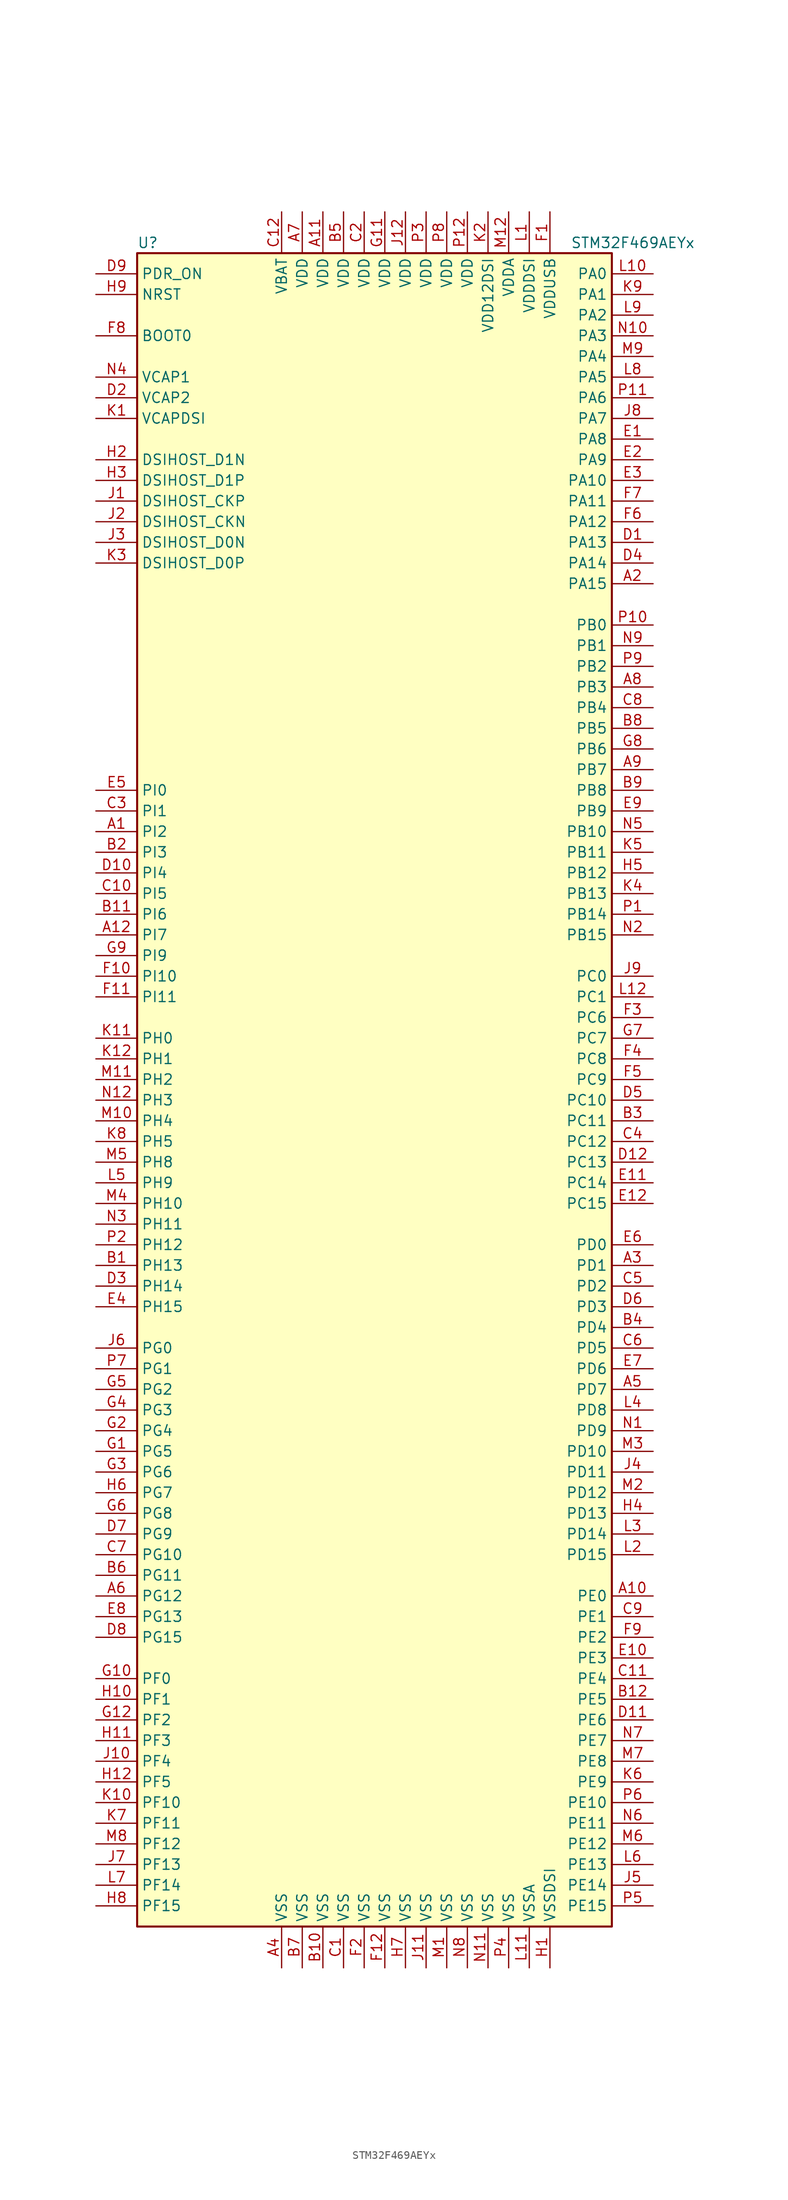
<source format=kicad_sym>
(kicad_symbol_lib
  (version 20201005)
  (generator kicad_symbol_editor)
  (symbol "MCU_ST_STM32F4:STM32F469AEYx"
    (property "Reference" "U"
      (at -30.48 102.87 0)
      (effects (font (size 1.27 1.27)) (justify left)))
    (property "Value" "STM32F469AEYx"
      (at 22.86 102.87 0)
      (effects (font (size 1.27 1.27)) (justify left)))
    (symbol "STM32F469AEYx_0_1"
      (rectangle (start -30.48 -104.14) (end 27.94 101.6) (stroke (width 0.254)) (fill (type background))))
    (symbol "STM32F469AEYx_1_1"
      (pin input line (at -35.56 91.44 0) (length 5.08) (name "BOOT0" (effects (font (size 1.27 1.27)))) (number "F8" (effects (font (size 1.27 1.27)))))
      (pin bidirectional line (at -35.56 68.58 0) (length 5.08) (name "DSIHOST_CKN" (effects (font (size 1.27 1.27)))) (number "J2" (effects (font (size 1.27 1.27)))))
      (pin bidirectional line (at -35.56 71.12 0) (length 5.08) (name "DSIHOST_CKP" (effects (font (size 1.27 1.27)))) (number "J1" (effects (font (size 1.27 1.27)))))
      (pin bidirectional line (at -35.56 66.04 0) (length 5.08) (name "DSIHOST_D0N" (effects (font (size 1.27 1.27)))) (number "J3" (effects (font (size 1.27 1.27)))))
      (pin bidirectional line (at -35.56 63.5 0) (length 5.08) (name "DSIHOST_D0P" (effects (font (size 1.27 1.27)))) (number "K3" (effects (font (size 1.27 1.27)))))
      (pin bidirectional line (at -35.56 76.2 0) (length 5.08) (name "DSIHOST_D1N" (effects (font (size 1.27 1.27)))) (number "H2" (effects (font (size 1.27 1.27)))))
      (pin bidirectional line (at -35.56 73.66 0) (length 5.08) (name "DSIHOST_D1P" (effects (font (size 1.27 1.27)))) (number "H3" (effects (font (size 1.27 1.27)))))
      (pin input line (at -35.56 96.52 0) (length 5.08) (name "NRST" (effects (font (size 1.27 1.27)))) (number "H9" (effects (font (size 1.27 1.27)))))
      (pin bidirectional line (at 33.02 99.06 180) (length 5.08) (name "PA0" (effects (font (size 1.27 1.27)))) (number "L10" (effects (font (size 1.27 1.27)))))
      (pin bidirectional line (at 33.02 96.52 180) (length 5.08) (name "PA1" (effects (font (size 1.27 1.27)))) (number "K9" (effects (font (size 1.27 1.27)))))
      (pin bidirectional line (at 33.02 73.66 180) (length 5.08) (name "PA10" (effects (font (size 1.27 1.27)))) (number "E3" (effects (font (size 1.27 1.27)))))
      (pin bidirectional line (at 33.02 71.12 180) (length 5.08) (name "PA11" (effects (font (size 1.27 1.27)))) (number "F7" (effects (font (size 1.27 1.27)))))
      (pin bidirectional line (at 33.02 68.58 180) (length 5.08) (name "PA12" (effects (font (size 1.27 1.27)))) (number "F6" (effects (font (size 1.27 1.27)))))
      (pin bidirectional line (at 33.02 66.04 180) (length 5.08) (name "PA13" (effects (font (size 1.27 1.27)))) (number "D1" (effects (font (size 1.27 1.27)))))
      (pin bidirectional line (at 33.02 63.5 180) (length 5.08) (name "PA14" (effects (font (size 1.27 1.27)))) (number "D4" (effects (font (size 1.27 1.27)))))
      (pin bidirectional line (at 33.02 60.96 180) (length 5.08) (name "PA15" (effects (font (size 1.27 1.27)))) (number "A2" (effects (font (size 1.27 1.27)))))
      (pin bidirectional line (at 33.02 93.98 180) (length 5.08) (name "PA2" (effects (font (size 1.27 1.27)))) (number "L9" (effects (font (size 1.27 1.27)))))
      (pin bidirectional line (at 33.02 91.44 180) (length 5.08) (name "PA3" (effects (font (size 1.27 1.27)))) (number "N10" (effects (font (size 1.27 1.27)))))
      (pin bidirectional line (at 33.02 88.9 180) (length 5.08) (name "PA4" (effects (font (size 1.27 1.27)))) (number "M9" (effects (font (size 1.27 1.27)))))
      (pin bidirectional line (at 33.02 86.36 180) (length 5.08) (name "PA5" (effects (font (size 1.27 1.27)))) (number "L8" (effects (font (size 1.27 1.27)))))
      (pin bidirectional line (at 33.02 83.82 180) (length 5.08) (name "PA6" (effects (font (size 1.27 1.27)))) (number "P11" (effects (font (size 1.27 1.27)))))
      (pin bidirectional line (at 33.02 81.28 180) (length 5.08) (name "PA7" (effects (font (size 1.27 1.27)))) (number "J8" (effects (font (size 1.27 1.27)))))
      (pin bidirectional line (at 33.02 78.74 180) (length 5.08) (name "PA8" (effects (font (size 1.27 1.27)))) (number "E1" (effects (font (size 1.27 1.27)))))
      (pin bidirectional line (at 33.02 76.2 180) (length 5.08) (name "PA9" (effects (font (size 1.27 1.27)))) (number "E2" (effects (font (size 1.27 1.27)))))
      (pin bidirectional line (at 33.02 55.88 180) (length 5.08) (name "PB0" (effects (font (size 1.27 1.27)))) (number "P10" (effects (font (size 1.27 1.27)))))
      (pin bidirectional line (at 33.02 53.34 180) (length 5.08) (name "PB1" (effects (font (size 1.27 1.27)))) (number "N9" (effects (font (size 1.27 1.27)))))
      (pin bidirectional line (at 33.02 30.48 180) (length 5.08) (name "PB10" (effects (font (size 1.27 1.27)))) (number "N5" (effects (font (size 1.27 1.27)))))
      (pin bidirectional line (at 33.02 27.94 180) (length 5.08) (name "PB11" (effects (font (size 1.27 1.27)))) (number "K5" (effects (font (size 1.27 1.27)))))
      (pin bidirectional line (at 33.02 25.4 180) (length 5.08) (name "PB12" (effects (font (size 1.27 1.27)))) (number "H5" (effects (font (size 1.27 1.27)))))
      (pin bidirectional line (at 33.02 22.86 180) (length 5.08) (name "PB13" (effects (font (size 1.27 1.27)))) (number "K4" (effects (font (size 1.27 1.27)))))
      (pin bidirectional line (at 33.02 20.32 180) (length 5.08) (name "PB14" (effects (font (size 1.27 1.27)))) (number "P1" (effects (font (size 1.27 1.27)))))
      (pin bidirectional line (at 33.02 17.78 180) (length 5.08) (name "PB15" (effects (font (size 1.27 1.27)))) (number "N2" (effects (font (size 1.27 1.27)))))
      (pin bidirectional line (at 33.02 50.8 180) (length 5.08) (name "PB2" (effects (font (size 1.27 1.27)))) (number "P9" (effects (font (size 1.27 1.27)))))
      (pin bidirectional line (at 33.02 48.26 180) (length 5.08) (name "PB3" (effects (font (size 1.27 1.27)))) (number "A8" (effects (font (size 1.27 1.27)))))
      (pin bidirectional line (at 33.02 45.72 180) (length 5.08) (name "PB4" (effects (font (size 1.27 1.27)))) (number "C8" (effects (font (size 1.27 1.27)))))
      (pin bidirectional line (at 33.02 43.18 180) (length 5.08) (name "PB5" (effects (font (size 1.27 1.27)))) (number "B8" (effects (font (size 1.27 1.27)))))
      (pin bidirectional line (at 33.02 40.64 180) (length 5.08) (name "PB6" (effects (font (size 1.27 1.27)))) (number "G8" (effects (font (size 1.27 1.27)))))
      (pin bidirectional line (at 33.02 38.1 180) (length 5.08) (name "PB7" (effects (font (size 1.27 1.27)))) (number "A9" (effects (font (size 1.27 1.27)))))
      (pin bidirectional line (at 33.02 35.56 180) (length 5.08) (name "PB8" (effects (font (size 1.27 1.27)))) (number "B9" (effects (font (size 1.27 1.27)))))
      (pin bidirectional line (at 33.02 33.02 180) (length 5.08) (name "PB9" (effects (font (size 1.27 1.27)))) (number "E9" (effects (font (size 1.27 1.27)))))
      (pin bidirectional line (at 33.02 12.7 180) (length 5.08) (name "PC0" (effects (font (size 1.27 1.27)))) (number "J9" (effects (font (size 1.27 1.27)))))
      (pin bidirectional line (at 33.02 10.16 180) (length 5.08) (name "PC1" (effects (font (size 1.27 1.27)))) (number "L12" (effects (font (size 1.27 1.27)))))
      (pin bidirectional line (at 33.02 -2.54 180) (length 5.08) (name "PC10" (effects (font (size 1.27 1.27)))) (number "D5" (effects (font (size 1.27 1.27)))))
      (pin bidirectional line (at 33.02 -5.08 180) (length 5.08) (name "PC11" (effects (font (size 1.27 1.27)))) (number "B3" (effects (font (size 1.27 1.27)))))
      (pin bidirectional line (at 33.02 -7.62 180) (length 5.08) (name "PC12" (effects (font (size 1.27 1.27)))) (number "C4" (effects (font (size 1.27 1.27)))))
      (pin bidirectional line (at 33.02 -10.16 180) (length 5.08) (name "PC13" (effects (font (size 1.27 1.27)))) (number "D12" (effects (font (size 1.27 1.27)))))
      (pin bidirectional line (at 33.02 -12.7 180) (length 5.08) (name "PC14" (effects (font (size 1.27 1.27)))) (number "E11" (effects (font (size 1.27 1.27)))))
      (pin bidirectional line (at 33.02 -15.24 180) (length 5.08) (name "PC15" (effects (font (size 1.27 1.27)))) (number "E12" (effects (font (size 1.27 1.27)))))
      (pin bidirectional line (at 33.02 7.62 180) (length 5.08) (name "PC6" (effects (font (size 1.27 1.27)))) (number "F3" (effects (font (size 1.27 1.27)))))
      (pin bidirectional line (at 33.02 5.08 180) (length 5.08) (name "PC7" (effects (font (size 1.27 1.27)))) (number "G7" (effects (font (size 1.27 1.27)))))
      (pin bidirectional line (at 33.02 2.54 180) (length 5.08) (name "PC8" (effects (font (size 1.27 1.27)))) (number "F4" (effects (font (size 1.27 1.27)))))
      (pin bidirectional line (at 33.02 0 180) (length 5.08) (name "PC9" (effects (font (size 1.27 1.27)))) (number "F5" (effects (font (size 1.27 1.27)))))
      (pin bidirectional line (at 33.02 -20.32 180) (length 5.08) (name "PD0" (effects (font (size 1.27 1.27)))) (number "E6" (effects (font (size 1.27 1.27)))))
      (pin bidirectional line (at 33.02 -22.86 180) (length 5.08) (name "PD1" (effects (font (size 1.27 1.27)))) (number "A3" (effects (font (size 1.27 1.27)))))
      (pin bidirectional line (at 33.02 -45.72 180) (length 5.08) (name "PD10" (effects (font (size 1.27 1.27)))) (number "M3" (effects (font (size 1.27 1.27)))))
      (pin bidirectional line (at 33.02 -48.26 180) (length 5.08) (name "PD11" (effects (font (size 1.27 1.27)))) (number "J4" (effects (font (size 1.27 1.27)))))
      (pin bidirectional line (at 33.02 -50.8 180) (length 5.08) (name "PD12" (effects (font (size 1.27 1.27)))) (number "M2" (effects (font (size 1.27 1.27)))))
      (pin bidirectional line (at 33.02 -53.34 180) (length 5.08) (name "PD13" (effects (font (size 1.27 1.27)))) (number "H4" (effects (font (size 1.27 1.27)))))
      (pin bidirectional line (at 33.02 -55.88 180) (length 5.08) (name "PD14" (effects (font (size 1.27 1.27)))) (number "L3" (effects (font (size 1.27 1.27)))))
      (pin bidirectional line (at 33.02 -58.42 180) (length 5.08) (name "PD15" (effects (font (size 1.27 1.27)))) (number "L2" (effects (font (size 1.27 1.27)))))
      (pin bidirectional line (at 33.02 -25.4 180) (length 5.08) (name "PD2" (effects (font (size 1.27 1.27)))) (number "C5" (effects (font (size 1.27 1.27)))))
      (pin bidirectional line (at 33.02 -27.94 180) (length 5.08) (name "PD3" (effects (font (size 1.27 1.27)))) (number "D6" (effects (font (size 1.27 1.27)))))
      (pin bidirectional line (at 33.02 -30.48 180) (length 5.08) (name "PD4" (effects (font (size 1.27 1.27)))) (number "B4" (effects (font (size 1.27 1.27)))))
      (pin bidirectional line (at 33.02 -33.02 180) (length 5.08) (name "PD5" (effects (font (size 1.27 1.27)))) (number "C6" (effects (font (size 1.27 1.27)))))
      (pin bidirectional line (at 33.02 -35.56 180) (length 5.08) (name "PD6" (effects (font (size 1.27 1.27)))) (number "E7" (effects (font (size 1.27 1.27)))))
      (pin bidirectional line (at 33.02 -38.1 180) (length 5.08) (name "PD7" (effects (font (size 1.27 1.27)))) (number "A5" (effects (font (size 1.27 1.27)))))
      (pin bidirectional line (at 33.02 -40.64 180) (length 5.08) (name "PD8" (effects (font (size 1.27 1.27)))) (number "L4" (effects (font (size 1.27 1.27)))))
      (pin bidirectional line (at 33.02 -43.18 180) (length 5.08) (name "PD9" (effects (font (size 1.27 1.27)))) (number "N1" (effects (font (size 1.27 1.27)))))
      (pin input line (at -35.56 99.06 0) (length 5.08) (name "PDR_ON" (effects (font (size 1.27 1.27)))) (number "D9" (effects (font (size 1.27 1.27)))))
      (pin bidirectional line (at 33.02 -63.5 180) (length 5.08) (name "PE0" (effects (font (size 1.27 1.27)))) (number "A10" (effects (font (size 1.27 1.27)))))
      (pin bidirectional line (at 33.02 -66.04 180) (length 5.08) (name "PE1" (effects (font (size 1.27 1.27)))) (number "C9" (effects (font (size 1.27 1.27)))))
      (pin bidirectional line (at 33.02 -88.9 180) (length 5.08) (name "PE10" (effects (font (size 1.27 1.27)))) (number "P6" (effects (font (size 1.27 1.27)))))
      (pin bidirectional line (at 33.02 -91.44 180) (length 5.08) (name "PE11" (effects (font (size 1.27 1.27)))) (number "N6" (effects (font (size 1.27 1.27)))))
      (pin bidirectional line (at 33.02 -93.98 180) (length 5.08) (name "PE12" (effects (font (size 1.27 1.27)))) (number "M6" (effects (font (size 1.27 1.27)))))
      (pin bidirectional line (at 33.02 -96.52 180) (length 5.08) (name "PE13" (effects (font (size 1.27 1.27)))) (number "L6" (effects (font (size 1.27 1.27)))))
      (pin bidirectional line (at 33.02 -99.06 180) (length 5.08) (name "PE14" (effects (font (size 1.27 1.27)))) (number "J5" (effects (font (size 1.27 1.27)))))
      (pin bidirectional line (at 33.02 -101.6 180) (length 5.08) (name "PE15" (effects (font (size 1.27 1.27)))) (number "P5" (effects (font (size 1.27 1.27)))))
      (pin bidirectional line (at 33.02 -68.58 180) (length 5.08) (name "PE2" (effects (font (size 1.27 1.27)))) (number "F9" (effects (font (size 1.27 1.27)))))
      (pin bidirectional line (at 33.02 -71.12 180) (length 5.08) (name "PE3" (effects (font (size 1.27 1.27)))) (number "E10" (effects (font (size 1.27 1.27)))))
      (pin bidirectional line (at 33.02 -73.66 180) (length 5.08) (name "PE4" (effects (font (size 1.27 1.27)))) (number "C11" (effects (font (size 1.27 1.27)))))
      (pin bidirectional line (at 33.02 -76.2 180) (length 5.08) (name "PE5" (effects (font (size 1.27 1.27)))) (number "B12" (effects (font (size 1.27 1.27)))))
      (pin bidirectional line (at 33.02 -78.74 180) (length 5.08) (name "PE6" (effects (font (size 1.27 1.27)))) (number "D11" (effects (font (size 1.27 1.27)))))
      (pin bidirectional line (at 33.02 -81.28 180) (length 5.08) (name "PE7" (effects (font (size 1.27 1.27)))) (number "N7" (effects (font (size 1.27 1.27)))))
      (pin bidirectional line (at 33.02 -83.82 180) (length 5.08) (name "PE8" (effects (font (size 1.27 1.27)))) (number "M7" (effects (font (size 1.27 1.27)))))
      (pin bidirectional line (at 33.02 -86.36 180) (length 5.08) (name "PE9" (effects (font (size 1.27 1.27)))) (number "K6" (effects (font (size 1.27 1.27)))))
      (pin bidirectional line (at -35.56 -73.66 0) (length 5.08) (name "PF0" (effects (font (size 1.27 1.27)))) (number "G10" (effects (font (size 1.27 1.27)))))
      (pin bidirectional line (at -35.56 -76.2 0) (length 5.08) (name "PF1" (effects (font (size 1.27 1.27)))) (number "H10" (effects (font (size 1.27 1.27)))))
      (pin bidirectional line (at -35.56 -88.9 0) (length 5.08) (name "PF10" (effects (font (size 1.27 1.27)))) (number "K10" (effects (font (size 1.27 1.27)))))
      (pin bidirectional line (at -35.56 -91.44 0) (length 5.08) (name "PF11" (effects (font (size 1.27 1.27)))) (number "K7" (effects (font (size 1.27 1.27)))))
      (pin bidirectional line (at -35.56 -93.98 0) (length 5.08) (name "PF12" (effects (font (size 1.27 1.27)))) (number "M8" (effects (font (size 1.27 1.27)))))
      (pin bidirectional line (at -35.56 -96.52 0) (length 5.08) (name "PF13" (effects (font (size 1.27 1.27)))) (number "J7" (effects (font (size 1.27 1.27)))))
      (pin bidirectional line (at -35.56 -99.06 0) (length 5.08) (name "PF14" (effects (font (size 1.27 1.27)))) (number "L7" (effects (font (size 1.27 1.27)))))
      (pin bidirectional line (at -35.56 -101.6 0) (length 5.08) (name "PF15" (effects (font (size 1.27 1.27)))) (number "H8" (effects (font (size 1.27 1.27)))))
      (pin bidirectional line (at -35.56 -78.74 0) (length 5.08) (name "PF2" (effects (font (size 1.27 1.27)))) (number "G12" (effects (font (size 1.27 1.27)))))
      (pin bidirectional line (at -35.56 -81.28 0) (length 5.08) (name "PF3" (effects (font (size 1.27 1.27)))) (number "H11" (effects (font (size 1.27 1.27)))))
      (pin bidirectional line (at -35.56 -83.82 0) (length 5.08) (name "PF4" (effects (font (size 1.27 1.27)))) (number "J10" (effects (font (size 1.27 1.27)))))
      (pin bidirectional line (at -35.56 -86.36 0) (length 5.08) (name "PF5" (effects (font (size 1.27 1.27)))) (number "H12" (effects (font (size 1.27 1.27)))))
      (pin bidirectional line (at -35.56 -33.02 0) (length 5.08) (name "PG0" (effects (font (size 1.27 1.27)))) (number "J6" (effects (font (size 1.27 1.27)))))
      (pin bidirectional line (at -35.56 -35.56 0) (length 5.08) (name "PG1" (effects (font (size 1.27 1.27)))) (number "P7" (effects (font (size 1.27 1.27)))))
      (pin bidirectional line (at -35.56 -58.42 0) (length 5.08) (name "PG10" (effects (font (size 1.27 1.27)))) (number "C7" (effects (font (size 1.27 1.27)))))
      (pin bidirectional line (at -35.56 -60.96 0) (length 5.08) (name "PG11" (effects (font (size 1.27 1.27)))) (number "B6" (effects (font (size 1.27 1.27)))))
      (pin bidirectional line (at -35.56 -63.5 0) (length 5.08) (name "PG12" (effects (font (size 1.27 1.27)))) (number "A6" (effects (font (size 1.27 1.27)))))
      (pin bidirectional line (at -35.56 -66.04 0) (length 5.08) (name "PG13" (effects (font (size 1.27 1.27)))) (number "E8" (effects (font (size 1.27 1.27)))))
      (pin bidirectional line (at -35.56 -68.58 0) (length 5.08) (name "PG15" (effects (font (size 1.27 1.27)))) (number "D8" (effects (font (size 1.27 1.27)))))
      (pin bidirectional line (at -35.56 -38.1 0) (length 5.08) (name "PG2" (effects (font (size 1.27 1.27)))) (number "G5" (effects (font (size 1.27 1.27)))))
      (pin bidirectional line (at -35.56 -40.64 0) (length 5.08) (name "PG3" (effects (font (size 1.27 1.27)))) (number "G4" (effects (font (size 1.27 1.27)))))
      (pin bidirectional line (at -35.56 -43.18 0) (length 5.08) (name "PG4" (effects (font (size 1.27 1.27)))) (number "G2" (effects (font (size 1.27 1.27)))))
      (pin bidirectional line (at -35.56 -45.72 0) (length 5.08) (name "PG5" (effects (font (size 1.27 1.27)))) (number "G1" (effects (font (size 1.27 1.27)))))
      (pin bidirectional line (at -35.56 -48.26 0) (length 5.08) (name "PG6" (effects (font (size 1.27 1.27)))) (number "G3" (effects (font (size 1.27 1.27)))))
      (pin bidirectional line (at -35.56 -50.8 0) (length 5.08) (name "PG7" (effects (font (size 1.27 1.27)))) (number "H6" (effects (font (size 1.27 1.27)))))
      (pin bidirectional line (at -35.56 -53.34 0) (length 5.08) (name "PG8" (effects (font (size 1.27 1.27)))) (number "G6" (effects (font (size 1.27 1.27)))))
      (pin bidirectional line (at -35.56 -55.88 0) (length 5.08) (name "PG9" (effects (font (size 1.27 1.27)))) (number "D7" (effects (font (size 1.27 1.27)))))
      (pin input line (at -35.56 5.08 0) (length 5.08) (name "PH0" (effects (font (size 1.27 1.27)))) (number "K11" (effects (font (size 1.27 1.27)))))
      (pin input line (at -35.56 2.54 0) (length 5.08) (name "PH1" (effects (font (size 1.27 1.27)))) (number "K12" (effects (font (size 1.27 1.27)))))
      (pin bidirectional line (at -35.56 -15.24 0) (length 5.08) (name "PH10" (effects (font (size 1.27 1.27)))) (number "M4" (effects (font (size 1.27 1.27)))))
      (pin bidirectional line (at -35.56 -17.78 0) (length 5.08) (name "PH11" (effects (font (size 1.27 1.27)))) (number "N3" (effects (font (size 1.27 1.27)))))
      (pin bidirectional line (at -35.56 -20.32 0) (length 5.08) (name "PH12" (effects (font (size 1.27 1.27)))) (number "P2" (effects (font (size 1.27 1.27)))))
      (pin bidirectional line (at -35.56 -22.86 0) (length 5.08) (name "PH13" (effects (font (size 1.27 1.27)))) (number "B1" (effects (font (size 1.27 1.27)))))
      (pin bidirectional line (at -35.56 -25.4 0) (length 5.08) (name "PH14" (effects (font (size 1.27 1.27)))) (number "D3" (effects (font (size 1.27 1.27)))))
      (pin bidirectional line (at -35.56 -27.94 0) (length 5.08) (name "PH15" (effects (font (size 1.27 1.27)))) (number "E4" (effects (font (size 1.27 1.27)))))
      (pin bidirectional line (at -35.56 0 0) (length 5.08) (name "PH2" (effects (font (size 1.27 1.27)))) (number "M11" (effects (font (size 1.27 1.27)))))
      (pin bidirectional line (at -35.56 -2.54 0) (length 5.08) (name "PH3" (effects (font (size 1.27 1.27)))) (number "N12" (effects (font (size 1.27 1.27)))))
      (pin bidirectional line (at -35.56 -5.08 0) (length 5.08) (name "PH4" (effects (font (size 1.27 1.27)))) (number "M10" (effects (font (size 1.27 1.27)))))
      (pin bidirectional line (at -35.56 -7.62 0) (length 5.08) (name "PH5" (effects (font (size 1.27 1.27)))) (number "K8" (effects (font (size 1.27 1.27)))))
      (pin bidirectional line (at -35.56 -10.16 0) (length 5.08) (name "PH8" (effects (font (size 1.27 1.27)))) (number "M5" (effects (font (size 1.27 1.27)))))
      (pin bidirectional line (at -35.56 -12.7 0) (length 5.08) (name "PH9" (effects (font (size 1.27 1.27)))) (number "L5" (effects (font (size 1.27 1.27)))))
      (pin bidirectional line (at -35.56 35.56 0) (length 5.08) (name "PI0" (effects (font (size 1.27 1.27)))) (number "E5" (effects (font (size 1.27 1.27)))))
      (pin bidirectional line (at -35.56 33.02 0) (length 5.08) (name "PI1" (effects (font (size 1.27 1.27)))) (number "C3" (effects (font (size 1.27 1.27)))))
      (pin bidirectional line (at -35.56 12.7 0) (length 5.08) (name "PI10" (effects (font (size 1.27 1.27)))) (number "F10" (effects (font (size 1.27 1.27)))))
      (pin bidirectional line (at -35.56 10.16 0) (length 5.08) (name "PI11" (effects (font (size 1.27 1.27)))) (number "F11" (effects (font (size 1.27 1.27)))))
      (pin bidirectional line (at -35.56 30.48 0) (length 5.08) (name "PI2" (effects (font (size 1.27 1.27)))) (number "A1" (effects (font (size 1.27 1.27)))))
      (pin bidirectional line (at -35.56 27.94 0) (length 5.08) (name "PI3" (effects (font (size 1.27 1.27)))) (number "B2" (effects (font (size 1.27 1.27)))))
      (pin bidirectional line (at -35.56 25.4 0) (length 5.08) (name "PI4" (effects (font (size 1.27 1.27)))) (number "D10" (effects (font (size 1.27 1.27)))))
      (pin bidirectional line (at -35.56 22.86 0) (length 5.08) (name "PI5" (effects (font (size 1.27 1.27)))) (number "C10" (effects (font (size 1.27 1.27)))))
      (pin bidirectional line (at -35.56 20.32 0) (length 5.08) (name "PI6" (effects (font (size 1.27 1.27)))) (number "B11" (effects (font (size 1.27 1.27)))))
      (pin bidirectional line (at -35.56 17.78 0) (length 5.08) (name "PI7" (effects (font (size 1.27 1.27)))) (number "A12" (effects (font (size 1.27 1.27)))))
      (pin bidirectional line (at -35.56 15.24 0) (length 5.08) (name "PI9" (effects (font (size 1.27 1.27)))) (number "G9" (effects (font (size 1.27 1.27)))))
      (pin power_in line (at -12.7 106.68 270) (length 5.08) (name "VBAT" (effects (font (size 1.27 1.27)))) (number "C12" (effects (font (size 1.27 1.27)))))
      (pin power_in line (at -35.56 86.36 0) (length 5.08) (name "VCAP1" (effects (font (size 1.27 1.27)))) (number "N4" (effects (font (size 1.27 1.27)))))
      (pin power_in line (at -35.56 83.82 0) (length 5.08) (name "VCAP2" (effects (font (size 1.27 1.27)))) (number "D2" (effects (font (size 1.27 1.27)))))
      (pin power_in line (at -35.56 81.28 0) (length 5.08) (name "VCAPDSI" (effects (font (size 1.27 1.27)))) (number "K1" (effects (font (size 1.27 1.27)))))
      (pin power_in line (at -7.62 106.68 270) (length 5.08) (name "VDD" (effects (font (size 1.27 1.27)))) (number "A11" (effects (font (size 1.27 1.27)))))
      (pin power_in line (at -10.16 106.68 270) (length 5.08) (name "VDD" (effects (font (size 1.27 1.27)))) (number "A7" (effects (font (size 1.27 1.27)))))
      (pin power_in line (at -5.08 106.68 270) (length 5.08) (name "VDD" (effects (font (size 1.27 1.27)))) (number "B5" (effects (font (size 1.27 1.27)))))
      (pin power_in line (at -2.54 106.68 270) (length 5.08) (name "VDD" (effects (font (size 1.27 1.27)))) (number "C2" (effects (font (size 1.27 1.27)))))
      (pin power_in line (at 0 106.68 270) (length 5.08) (name "VDD" (effects (font (size 1.27 1.27)))) (number "G11" (effects (font (size 1.27 1.27)))))
      (pin power_in line (at 2.54 106.68 270) (length 5.08) (name "VDD" (effects (font (size 1.27 1.27)))) (number "J12" (effects (font (size 1.27 1.27)))))
      (pin power_in line (at 10.16 106.68 270) (length 5.08) (name "VDD" (effects (font (size 1.27 1.27)))) (number "P12" (effects (font (size 1.27 1.27)))))
      (pin power_in line (at 5.08 106.68 270) (length 5.08) (name "VDD" (effects (font (size 1.27 1.27)))) (number "P3" (effects (font (size 1.27 1.27)))))
      (pin power_in line (at 7.62 106.68 270) (length 5.08) (name "VDD" (effects (font (size 1.27 1.27)))) (number "P8" (effects (font (size 1.27 1.27)))))
      (pin power_in line (at 12.7 106.68 270) (length 5.08) (name "VDD12DSI" (effects (font (size 1.27 1.27)))) (number "K2" (effects (font (size 1.27 1.27)))))
      (pin power_in line (at 15.24 106.68 270) (length 5.08) (name "VDDA" (effects (font (size 1.27 1.27)))) (number "M12" (effects (font (size 1.27 1.27)))))
      (pin power_in line (at 17.78 106.68 270) (length 5.08) (name "VDDDSI" (effects (font (size 1.27 1.27)))) (number "L1" (effects (font (size 1.27 1.27)))))
      (pin power_in line (at 20.32 106.68 270) (length 5.08) (name "VDDUSB" (effects (font (size 1.27 1.27)))) (number "F1" (effects (font (size 1.27 1.27)))))
      (pin power_in line (at -12.7 -109.22 90) (length 5.08) (name "VSS" (effects (font (size 1.27 1.27)))) (number "A4" (effects (font (size 1.27 1.27)))))
      (pin power_in line (at -7.62 -109.22 90) (length 5.08) (name "VSS" (effects (font (size 1.27 1.27)))) (number "B10" (effects (font (size 1.27 1.27)))))
      (pin power_in line (at -10.16 -109.22 90) (length 5.08) (name "VSS" (effects (font (size 1.27 1.27)))) (number "B7" (effects (font (size 1.27 1.27)))))
      (pin power_in line (at -5.08 -109.22 90) (length 5.08) (name "VSS" (effects (font (size 1.27 1.27)))) (number "C1" (effects (font (size 1.27 1.27)))))
      (pin power_in line (at 0 -109.22 90) (length 5.08) (name "VSS" (effects (font (size 1.27 1.27)))) (number "F12" (effects (font (size 1.27 1.27)))))
      (pin power_in line (at -2.54 -109.22 90) (length 5.08) (name "VSS" (effects (font (size 1.27 1.27)))) (number "F2" (effects (font (size 1.27 1.27)))))
      (pin power_in line (at 2.54 -109.22 90) (length 5.08) (name "VSS" (effects (font (size 1.27 1.27)))) (number "H7" (effects (font (size 1.27 1.27)))))
      (pin power_in line (at 5.08 -109.22 90) (length 5.08) (name "VSS" (effects (font (size 1.27 1.27)))) (number "J11" (effects (font (size 1.27 1.27)))))
      (pin power_in line (at 7.62 -109.22 90) (length 5.08) (name "VSS" (effects (font (size 1.27 1.27)))) (number "M1" (effects (font (size 1.27 1.27)))))
      (pin power_in line (at 12.7 -109.22 90) (length 5.08) (name "VSS" (effects (font (size 1.27 1.27)))) (number "N11" (effects (font (size 1.27 1.27)))))
      (pin power_in line (at 10.16 -109.22 90) (length 5.08) (name "VSS" (effects (font (size 1.27 1.27)))) (number "N8" (effects (font (size 1.27 1.27)))))
      (pin power_in line (at 15.24 -109.22 90) (length 5.08) (name "VSS" (effects (font (size 1.27 1.27)))) (number "P4" (effects (font (size 1.27 1.27)))))
      (pin power_in line (at 17.78 -109.22 90) (length 5.08) (name "VSSA" (effects (font (size 1.27 1.27)))) (number "L11" (effects (font (size 1.27 1.27)))))
      (pin power_in line (at 20.32 -109.22 90) (length 5.08) (name "VSSDSI" (effects (font (size 1.27 1.27)))) (number "H1" (effects (font (size 1.27 1.27))))))))
</source>
